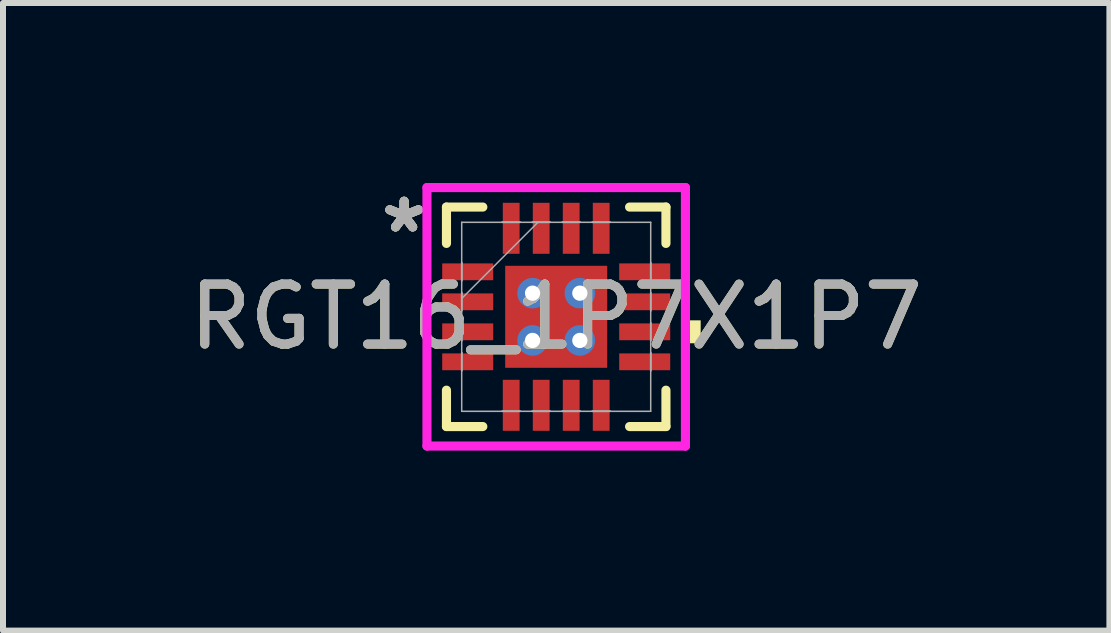
<source format=kicad_pcb>
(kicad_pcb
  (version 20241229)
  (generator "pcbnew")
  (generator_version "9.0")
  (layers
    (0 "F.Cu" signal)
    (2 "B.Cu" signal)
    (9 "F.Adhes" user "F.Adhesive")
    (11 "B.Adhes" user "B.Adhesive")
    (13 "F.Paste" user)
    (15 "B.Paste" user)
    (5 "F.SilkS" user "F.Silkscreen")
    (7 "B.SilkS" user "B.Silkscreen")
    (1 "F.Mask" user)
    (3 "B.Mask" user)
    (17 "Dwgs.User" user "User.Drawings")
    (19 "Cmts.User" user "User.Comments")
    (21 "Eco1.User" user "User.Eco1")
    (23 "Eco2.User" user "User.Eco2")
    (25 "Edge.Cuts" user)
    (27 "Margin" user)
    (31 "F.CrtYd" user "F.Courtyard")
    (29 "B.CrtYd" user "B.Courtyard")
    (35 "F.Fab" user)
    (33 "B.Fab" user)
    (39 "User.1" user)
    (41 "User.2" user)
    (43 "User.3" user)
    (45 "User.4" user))
  (footprint "RGT16_1P7X1P7"
    (layer "F.Cu")
    (at 6.22 2.23)
    (property "Reference" "RGT16_1P7X1P7" (at 0 0 0) (unlocked yes) (layer "F.SilkS") (effects (font (size 1 1) (thickness 0.15))))
    (attr smd)
    (fp_poly (pts (xy -1.97 -0.96) (xy -1.97 -0.54) (xy -0.98 -0.54) (xy -0.98 -0.96)) (stroke (width 0) (type solid)) (fill yes) (layer "F.Mask"))
    (fp_poly (pts (xy -1.97 -0.46) (xy -1.97 -0.04) (xy -0.98 -0.04) (xy -0.98 -0.46)) (stroke (width 0) (type solid)) (fill yes) (layer "F.Mask"))
    (fp_poly (pts (xy -1.97 0.04) (xy -1.97 0.46) (xy -0.98 0.46) (xy -0.98 0.04)) (stroke (width 0) (type solid)) (fill yes) (layer "F.Mask"))
    (fp_poly (pts (xy -1.97 0.54) (xy -1.97 0.96) (xy -0.98 0.96) (xy -0.98 0.54)) (stroke (width 0) (type solid)) (fill yes) (layer "F.Mask"))
    (fp_poly (pts (xy -0.96 -1.97) (xy -0.96 -0.98) (xy -0.541 -0.98) (xy -0.541 -1.97)) (stroke (width 0) (type solid)) (fill yes) (layer "F.Mask"))
    (fp_poly (pts (xy -0.96 0.98) (xy -0.96 1.97) (xy -0.541 1.97) (xy -0.541 0.98)) (stroke (width 0) (type solid)) (fill yes) (layer "F.Mask"))
    (fp_poly (pts (xy -0.913 -0.913) (xy -0.594 -0.913) (xy -0.594 0.913) (xy -0.913 0.913)) (stroke (width 0) (type solid)) (fill yes) (layer "F.Mask"))
    (fp_poly (pts (xy -0.913 -0.913) (xy 0.913 -0.913) (xy 0.913 -0.594) (xy -0.913 -0.594)) (stroke (width 0) (type solid)) (fill yes) (layer "F.Mask"))
    (fp_poly (pts (xy -0.913 -0.194) (xy 0.913 -0.194) (xy 0.913 0.194) (xy -0.913 0.194)) (stroke (width 0) (type solid)) (fill yes) (layer "F.Mask"))
    (fp_poly (pts (xy -0.913 0.594) (xy 0.913 0.594) (xy 0.913 0.913) (xy -0.913 0.913)) (stroke (width 0) (type solid)) (fill yes) (layer "F.Mask"))
    (fp_poly (pts (xy -0.46 -1.97) (xy -0.46 -0.98) (xy -0.04 -0.98) (xy -0.04 -1.97)) (stroke (width 0) (type solid)) (fill yes) (layer "F.Mask"))
    (fp_poly (pts (xy -0.46 0.98) (xy -0.46 1.97) (xy -0.04 1.97) (xy -0.04 0.98)) (stroke (width 0) (type solid)) (fill yes) (layer "F.Mask"))
    (fp_poly (pts (xy 0.04 -1.97) (xy 0.04 -0.98) (xy 0.46 -0.98) (xy 0.46 -1.97)) (stroke (width 0) (type solid)) (fill yes) (layer "F.Mask"))
    (fp_poly (pts (xy 0.04 0.98) (xy 0.04 1.97) (xy 0.46 1.97) (xy 0.46 0.98)) (stroke (width 0) (type solid)) (fill yes) (layer "F.Mask"))
    (fp_poly (pts (xy 0.194 -0.913) (xy -0.194 -0.913) (xy -0.194 0.913) (xy 0.194 0.913)) (stroke (width 0) (type solid)) (fill yes) (layer "F.Mask"))
    (fp_poly (pts (xy 0.541 -1.97) (xy 0.541 -0.98) (xy 0.96 -0.98) (xy 0.96 -1.97)) (stroke (width 0) (type solid)) (fill yes) (layer "F.Mask"))
    (fp_poly (pts (xy 0.541 0.98) (xy 0.541 1.97) (xy 0.96 1.97) (xy 0.96 0.98)) (stroke (width 0) (type solid)) (fill yes) (layer "F.Mask"))
    (fp_poly (pts (xy 0.594 -0.913) (xy 0.913 -0.913) (xy 0.913 0.913) (xy 0.594 0.913)) (stroke (width 0) (type solid)) (fill yes) (layer "F.Mask"))
    (fp_poly (pts (xy 0.98 -0.96) (xy 0.98 -0.54) (xy 1.97 -0.54) (xy 1.97 -0.96)) (stroke (width 0) (type solid)) (fill yes) (layer "F.Mask"))
    (fp_poly (pts (xy 0.98 -0.46) (xy 0.98 -0.04) (xy 1.97 -0.04) (xy 1.97 -0.46)) (stroke (width 0) (type solid)) (fill yes) (layer "F.Mask"))
    (fp_poly (pts (xy 0.98 0.04) (xy 0.98 0.46) (xy 1.97 0.46) (xy 1.97 0.04)) (stroke (width 0) (type solid)) (fill yes) (layer "F.Mask"))
    (fp_poly (pts (xy 0.98 0.54) (xy 0.98 0.96) (xy 1.97 0.96) (xy 1.97 0.54)) (stroke (width 0) (type solid)) (fill yes) (layer "F.Mask"))
    (fp_line (start -1.829 -1.829) (end -1.829 -1.223) (stroke (width 0.152) (type solid)) (layer "F.SilkS"))
    (fp_line (start -1.829 1.223) (end -1.829 1.829) (stroke (width 0.152) (type solid)) (layer "F.SilkS"))
    (fp_line (start -1.829 1.829) (end -1.223 1.829) (stroke (width 0.152) (type solid)) (layer "F.SilkS"))
    (fp_line (start -1.223 -1.829) (end -1.829 -1.829) (stroke (width 0.152) (type solid)) (layer "F.SilkS"))
    (fp_line (start 1.223 1.829) (end 1.829 1.829) (stroke (width 0.152) (type solid)) (layer "F.SilkS"))
    (fp_line (start 1.829 -1.829) (end 1.223 -1.829) (stroke (width 0.152) (type solid)) (layer "F.SilkS"))
    (fp_line (start 1.829 -1.223) (end 1.829 -1.829) (stroke (width 0.152) (type solid)) (layer "F.SilkS"))
    (fp_line (start 1.829 1.829) (end 1.829 1.223) (stroke (width 0.152) (type solid)) (layer "F.SilkS"))
    (fp_poly (pts (xy 2.408 0.059) (xy 2.408 0.441) (xy 2.154 0.441) (xy 2.154 0.059)) (stroke (width 0) (type solid)) (fill yes) (layer "F.SilkS"))
    (fp_poly (pts (xy -1.875 -0.865) (xy -1.875 -0.635) (xy -1.075 -0.635) (xy -1.075 -0.865)) (stroke (width 0) (type solid)) (fill yes) (layer "F.Paste"))
    (fp_poly (pts (xy -1.875 -0.365) (xy -1.875 -0.135) (xy -1.075 -0.135) (xy -1.075 -0.365)) (stroke (width 0) (type solid)) (fill yes) (layer "F.Paste"))
    (fp_poly (pts (xy -1.875 0.135) (xy -1.875 0.365) (xy -1.075 0.365) (xy -1.075 0.135)) (stroke (width 0) (type solid)) (fill yes) (layer "F.Paste"))
    (fp_poly (pts (xy -1.875 0.635) (xy -1.875 0.865) (xy -1.075 0.865) (xy -1.075 0.635)) (stroke (width 0) (type solid)) (fill yes) (layer "F.Paste"))
    (fp_poly (pts (xy -0.865 -1.875) (xy -0.865 -1.075) (xy -0.635 -1.075) (xy -0.635 -1.875)) (stroke (width 0) (type solid)) (fill yes) (layer "F.Paste"))
    (fp_poly (pts (xy -0.865 1.075) (xy -0.865 1.875) (xy -0.635 1.875) (xy -0.635 1.075)) (stroke (width 0) (type solid)) (fill yes) (layer "F.Paste"))
    (fp_poly (pts (xy -0.365 -1.875) (xy -0.365 -1.075) (xy -0.135 -1.075) (xy -0.135 -1.875)) (stroke (width 0) (type solid)) (fill yes) (layer "F.Paste"))
    (fp_poly (pts (xy -0.365 1.075) (xy -0.365 1.875) (xy -0.135 1.875) (xy -0.135 1.075)) (stroke (width 0) (type solid)) (fill yes) (layer "F.Paste"))
    (fp_poly (pts (xy 0.135 -1.875) (xy 0.135 -1.075) (xy 0.365 -1.075) (xy 0.365 -1.875)) (stroke (width 0) (type solid)) (fill yes) (layer "F.Paste"))
    (fp_poly (pts (xy 0.135 1.075) (xy 0.135 1.875) (xy 0.365 1.875) (xy 0.365 1.075)) (stroke (width 0) (type solid)) (fill yes) (layer "F.Paste"))
    (fp_poly (pts (xy 0.635 -1.875) (xy 0.635 -1.075) (xy 0.865 -1.075) (xy 0.865 -1.875)) (stroke (width 0) (type solid)) (fill yes) (layer "F.Paste"))
    (fp_poly (pts (xy 0.635 1.075) (xy 0.635 1.875) (xy 0.865 1.875) (xy 0.865 1.075)) (stroke (width 0) (type solid)) (fill yes) (layer "F.Paste"))
    (fp_poly (pts (xy 1.075 -0.865) (xy 1.075 -0.635) (xy 1.875 -0.635) (xy 1.875 -0.865)) (stroke (width 0) (type solid)) (fill yes) (layer "F.Paste"))
    (fp_poly (pts (xy 1.075 -0.365) (xy 1.075 -0.135) (xy 1.875 -0.135) (xy 1.875 -0.365)) (stroke (width 0) (type solid)) (fill yes) (layer "F.Paste"))
    (fp_poly (pts (xy 1.075 0.135) (xy 1.075 0.365) (xy 1.875 0.365) (xy 1.875 0.135)) (stroke (width 0) (type solid)) (fill yes) (layer "F.Paste"))
    (fp_poly (pts (xy 1.075 0.635) (xy 1.075 0.865) (xy 1.875 0.865) (xy 1.875 0.635)) (stroke (width 0) (type solid)) (fill yes) (layer "F.Paste"))
    (fp_poly (pts (xy -0.775 -0.775) (xy -0.775 -0.494) (xy -0.635 -0.494) (xy -0.494 -0.635) (xy -0.494 -0.775)) (stroke (width 0) (type solid)) (fill yes) (layer "F.Paste"))
    (fp_poly (pts (xy -0.775 0.494) (xy -0.775 0.775) (xy -0.494 0.775) (xy -0.494 0.635) (xy -0.635 0.494)) (stroke (width 0) (type solid)) (fill yes) (layer "F.Paste"))
    (fp_poly (pts (xy 0.494 -0.775) (xy 0.494 -0.635) (xy 0.635 -0.494) (xy 0.775 -0.494) (xy 0.775 -0.775)) (stroke (width 0) (type solid)) (fill yes) (layer "F.Paste"))
    (fp_poly (pts (xy 0.635 0.494) (xy 0.494 0.635) (xy 0.494 0.775) (xy 0.775 0.775) (xy 0.775 0.494)) (stroke (width 0) (type solid)) (fill yes) (layer "F.Paste"))
    (fp_poly (pts (xy -0.775 -0.294) (xy -0.775 0.294) (xy -0.635 0.294) (xy -0.494 0.152) (xy -0.494 -0.152) (xy -0.635 -0.294)) (stroke (width 0) (type solid)) (fill yes) (layer "F.Paste"))
    (fp_poly (pts (xy -0.294 -0.775) (xy -0.294 -0.635) (xy -0.152 -0.494) (xy 0.152 -0.494) (xy 0.294 -0.635) (xy 0.294 -0.775)) (stroke (width 0) (type solid)) (fill yes) (layer "F.Paste"))
    (fp_poly (pts (xy -0.152 0.494) (xy -0.294 0.635) (xy -0.294 0.775) (xy 0.294 0.775) (xy 0.294 0.635) (xy 0.152 0.494)) (stroke (width 0) (type solid)) (fill yes) (layer "F.Paste"))
    (fp_poly (pts (xy 0.635 -0.294) (xy 0.494 -0.152) (xy 0.494 0.152) (xy 0.635 0.294) (xy 0.775 0.294) (xy 0.775 -0.294)) (stroke (width 0) (type solid)) (fill yes) (layer "F.Paste"))
    (fp_poly (pts (xy -0.152 -0.294) (xy -0.294 -0.152) (xy -0.294 0.152) (xy -0.152 0.294) (xy 0.152 0.294) (xy 0.294 0.152) (xy 0.294 -0.152) (xy 0.152 -0.294)) (stroke (width 0) (type solid)) (fill yes) (layer "F.Paste"))
    (fp_line (start -2.154 -2.154) (end 2.154 -2.154) (stroke (width 0.152) (type solid)) (layer "F.CrtYd"))
    (fp_line (start -2.154 2.154) (end -2.154 -2.154) (stroke (width 0.152) (type solid)) (layer "F.CrtYd"))
    (fp_line (start 2.154 -2.154) (end 2.154 2.154) (stroke (width 0.152) (type solid)) (layer "F.CrtYd"))
    (fp_line (start 2.154 2.154) (end -2.154 2.154) (stroke (width 0.152) (type solid)) (layer "F.CrtYd"))
    (fp_line (start -1.575 -1.575) (end -1.575 1.575) (stroke (width 0.025) (type solid)) (layer "F.Fab"))
    (fp_line (start -1.575 -0.9) (end -1.575 -0.9) (stroke (width 0.025) (type solid)) (layer "F.Fab"))
    (fp_line (start -1.575 -0.9) (end -1.575 -0.6) (stroke (width 0.025) (type solid)) (layer "F.Fab"))
    (fp_line (start -1.575 -0.6) (end -1.575 -0.9) (stroke (width 0.025) (type solid)) (layer "F.Fab"))
    (fp_line (start -1.575 -0.6) (end -1.575 -0.6) (stroke (width 0.025) (type solid)) (layer "F.Fab"))
    (fp_line (start -1.575 -0.4) (end -1.575 -0.4) (stroke (width 0.025) (type solid)) (layer "F.Fab"))
    (fp_line (start -1.575 -0.4) (end -1.575 -0.1) (stroke (width 0.025) (type solid)) (layer "F.Fab"))
    (fp_line (start -1.575 -0.305) (end -0.305 -1.575) (stroke (width 0.025) (type solid)) (layer "F.Fab"))
    (fp_line (start -1.575 -0.1) (end -1.575 -0.4) (stroke (width 0.025) (type solid)) (layer "F.Fab"))
    (fp_line (start -1.575 -0.1) (end -1.575 -0.1) (stroke (width 0.025) (type solid)) (layer "F.Fab"))
    (fp_line (start -1.575 0.1) (end -1.575 0.1) (stroke (width 0.025) (type solid)) (layer "F.Fab"))
    (fp_line (start -1.575 0.1) (end -1.575 0.4) (stroke (width 0.025) (type solid)) (layer "F.Fab"))
    (fp_line (start -1.575 0.4) (end -1.575 0.1) (stroke (width 0.025) (type solid)) (layer "F.Fab"))
    (fp_line (start -1.575 0.4) (end -1.575 0.4) (stroke (width 0.025) (type solid)) (layer "F.Fab"))
    (fp_line (start -1.575 0.6) (end -1.575 0.6) (stroke (width 0.025) (type solid)) (layer "F.Fab"))
    (fp_line (start -1.575 0.6) (end -1.575 0.9) (stroke (width 0.025) (type solid)) (layer "F.Fab"))
    (fp_line (start -1.575 0.9) (end -1.575 0.6) (stroke (width 0.025) (type solid)) (layer "F.Fab"))
    (fp_line (start -1.575 0.9) (end -1.575 0.9) (stroke (width 0.025) (type solid)) (layer "F.Fab"))
    (fp_line (start -1.575 1.575) (end 1.575 1.575) (stroke (width 0.025) (type solid)) (layer "F.Fab"))
    (fp_line (start -0.9 -1.575) (end -0.9 -1.575) (stroke (width 0.025) (type solid)) (layer "F.Fab"))
    (fp_line (start -0.9 -1.575) (end -0.6 -1.575) (stroke (width 0.025) (type solid)) (layer "F.Fab"))
    (fp_line (start -0.9 1.575) (end -0.9 1.575) (stroke (width 0.025) (type solid)) (layer "F.Fab"))
    (fp_line (start -0.9 1.575) (end -0.6 1.575) (stroke (width 0.025) (type solid)) (layer "F.Fab"))
    (fp_line (start -0.6 -1.575) (end -0.9 -1.575) (stroke (width 0.025) (type solid)) (layer "F.Fab"))
    (fp_line (start -0.6 -1.575) (end -0.6 -1.575) (stroke (width 0.025) (type solid)) (layer "F.Fab"))
    (fp_line (start -0.6 1.575) (end -0.9 1.575) (stroke (width 0.025) (type solid)) (layer "F.Fab"))
    (fp_line (start -0.6 1.575) (end -0.6 1.575) (stroke (width 0.025) (type solid)) (layer "F.Fab"))
    (fp_line (start -0.4 -1.575) (end -0.4 -1.575) (stroke (width 0.025) (type solid)) (layer "F.Fab"))
    (fp_line (start -0.4 -1.575) (end -0.1 -1.575) (stroke (width 0.025) (type solid)) (layer "F.Fab"))
    (fp_line (start -0.4 1.575) (end -0.4 1.575) (stroke (width 0.025) (type solid)) (layer "F.Fab"))
    (fp_line (start -0.4 1.575) (end -0.1 1.575) (stroke (width 0.025) (type solid)) (layer "F.Fab"))
    (fp_line (start -0.1 -1.575) (end -0.4 -1.575) (stroke (width 0.025) (type solid)) (layer "F.Fab"))
    (fp_line (start -0.1 -1.575) (end -0.1 -1.575) (stroke (width 0.025) (type solid)) (layer "F.Fab"))
    (fp_line (start -0.1 1.575) (end -0.4 1.575) (stroke (width 0.025) (type solid)) (layer "F.Fab"))
    (fp_line (start -0.1 1.575) (end -0.1 1.575) (stroke (width 0.025) (type solid)) (layer "F.Fab"))
    (fp_line (start 0.1 -1.575) (end 0.1 -1.575) (stroke (width 0.025) (type solid)) (layer "F.Fab"))
    (fp_line (start 0.1 -1.575) (end 0.4 -1.575) (stroke (width 0.025) (type solid)) (layer "F.Fab"))
    (fp_line (start 0.1 1.575) (end 0.1 1.575) (stroke (width 0.025) (type solid)) (layer "F.Fab"))
    (fp_line (start 0.1 1.575) (end 0.4 1.575) (stroke (width 0.025) (type solid)) (layer "F.Fab"))
    (fp_line (start 0.4 -1.575) (end 0.1 -1.575) (stroke (width 0.025) (type solid)) (layer "F.Fab"))
    (fp_line (start 0.4 -1.575) (end 0.4 -1.575) (stroke (width 0.025) (type solid)) (layer "F.Fab"))
    (fp_line (start 0.4 1.575) (end 0.1 1.575) (stroke (width 0.025) (type solid)) (layer "F.Fab"))
    (fp_line (start 0.4 1.575) (end 0.4 1.575) (stroke (width 0.025) (type solid)) (layer "F.Fab"))
    (fp_line (start 0.6 -1.575) (end 0.6 -1.575) (stroke (width 0.025) (type solid)) (layer "F.Fab"))
    (fp_line (start 0.6 -1.575) (end 0.9 -1.575) (stroke (width 0.025) (type solid)) (layer "F.Fab"))
    (fp_line (start 0.6 1.575) (end 0.6 1.575) (stroke (width 0.025) (type solid)) (layer "F.Fab"))
    (fp_line (start 0.6 1.575) (end 0.9 1.575) (stroke (width 0.025) (type solid)) (layer "F.Fab"))
    (fp_line (start 0.9 -1.575) (end 0.6 -1.575) (stroke (width 0.025) (type solid)) (layer "F.Fab"))
    (fp_line (start 0.9 -1.575) (end 0.9 -1.575) (stroke (width 0.025) (type solid)) (layer "F.Fab"))
    (fp_line (start 0.9 1.575) (end 0.6 1.575) (stroke (width 0.025) (type solid)) (layer "F.Fab"))
    (fp_line (start 0.9 1.575) (end 0.9 1.575) (stroke (width 0.025) (type solid)) (layer "F.Fab"))
    (fp_line (start 1.575 -1.575) (end -1.575 -1.575) (stroke (width 0.025) (type solid)) (layer "F.Fab"))
    (fp_line (start 1.575 -0.9) (end 1.575 -0.9) (stroke (width 0.025) (type solid)) (layer "F.Fab"))
    (fp_line (start 1.575 -0.9) (end 1.575 -0.6) (stroke (width 0.025) (type solid)) (layer "F.Fab"))
    (fp_line (start 1.575 -0.6) (end 1.575 -0.9) (stroke (width 0.025) (type solid)) (layer "F.Fab"))
    (fp_line (start 1.575 -0.6) (end 1.575 -0.6) (stroke (width 0.025) (type solid)) (layer "F.Fab"))
    (fp_line (start 1.575 -0.4) (end 1.575 -0.4) (stroke (width 0.025) (type solid)) (layer "F.Fab"))
    (fp_line (start 1.575 -0.4) (end 1.575 -0.1) (stroke (width 0.025) (type solid)) (layer "F.Fab"))
    (fp_line (start 1.575 -0.1) (end 1.575 -0.4) (stroke (width 0.025) (type solid)) (layer "F.Fab"))
    (fp_line (start 1.575 -0.1) (end 1.575 -0.1) (stroke (width 0.025) (type solid)) (layer "F.Fab"))
    (fp_line (start 1.575 0.1) (end 1.575 0.1) (stroke (width 0.025) (type solid)) (layer "F.Fab"))
    (fp_line (start 1.575 0.1) (end 1.575 0.4) (stroke (width 0.025) (type solid)) (layer "F.Fab"))
    (fp_line (start 1.575 0.4) (end 1.575 0.1) (stroke (width 0.025) (type solid)) (layer "F.Fab"))
    (fp_line (start 1.575 0.4) (end 1.575 0.4) (stroke (width 0.025) (type solid)) (layer "F.Fab"))
    (fp_line (start 1.575 0.6) (end 1.575 0.6) (stroke (width 0.025) (type solid)) (layer "F.Fab"))
    (fp_line (start 1.575 0.6) (end 1.575 0.9) (stroke (width 0.025) (type solid)) (layer "F.Fab"))
    (fp_line (start 1.575 0.9) (end 1.575 0.6) (stroke (width 0.025) (type solid)) (layer "F.Fab"))
    (fp_line (start 1.575 0.9) (end 1.575 0.9) (stroke (width 0.025) (type solid)) (layer "F.Fab"))
    (fp_line (start 1.575 1.575) (end 1.575 -1.575) (stroke (width 0.025) (type solid)) (layer "F.Fab"))
    (fp_text user "*" (at -2.535 -1.381 0) (unlocked yes) (layer "F.SilkS") (effects (font (size 1 1) (thickness 0.15))))
    (fp_text user "*" (at -2.535 -1.381 0) (layer "F.SilkS") (effects (font (size 1 1) (thickness 0.15))))
    (fp_text user "*" (at -2.535 -1.381 0) (layer "F.Fab") (effects (font (size 1 1) (thickness 0.15))))
    (fp_text user "*" (at -2.535 -1.381 0) (unlocked yes) (layer "F.Fab") (effects (font (size 1 1) (thickness 0.15))))
    (fp_text user "${REFERENCE}" (at 0 0 0) (unlocked yes) (layer "F.Fab") (effects (font (size 1 1) (thickness 0.15))))
    (pad "1" smd rect (at -1.475 -0.75 90) (size 0.28 0.85) (layers "F.Cu" "F.Mask"))
    (pad "2" smd rect (at -1.475 -0.25 90) (size 0.28 0.85) (layers "F.Cu" "F.Mask"))
    (pad "3" smd rect (at -1.475 0.25 90) (size 0.28 0.85) (layers "F.Cu" "F.Mask"))
    (pad "4" smd rect (at -1.475 0.75 90) (size 0.28 0.85) (layers "F.Cu" "F.Mask"))
    (pad "5" smd rect (at -0.75 1.475) (size 0.28 0.85) (layers "F.Cu" "F.Mask"))
    (pad "6" smd rect (at -0.25 1.475) (size 0.28 0.85) (layers "F.Cu" "F.Mask"))
    (pad "7" smd rect (at 0.25 1.475) (size 0.28 0.85) (layers "F.Cu" "F.Mask"))
    (pad "8" smd rect (at 0.75 1.475) (size 0.28 0.85) (layers "F.Cu" "F.Mask"))
    (pad "9" smd rect (at 1.475 0.75 90) (size 0.28 0.85) (layers "F.Cu" "F.Mask"))
    (pad "10" smd rect (at 1.475 0.25 90) (size 0.28 0.85) (layers "F.Cu" "F.Mask"))
    (pad "11" smd rect (at 1.475 -0.25 90) (size 0.28 0.85) (layers "F.Cu" "F.Mask"))
    (pad "12" smd rect (at 1.475 -0.75 90) (size 0.28 0.85) (layers "F.Cu" "F.Mask"))
    (pad "13" smd rect (at 0.75 -1.475) (size 0.28 0.85) (layers "F.Cu" "F.Mask"))
    (pad "14" smd rect (at 0.25 -1.475) (size 0.28 0.85) (layers "F.Cu" "F.Mask"))
    (pad "15" smd rect (at -0.25 -1.475) (size 0.28 0.85) (layers "F.Cu" "F.Mask"))
    (pad "16" smd rect (at -0.75 -1.475) (size 0.28 0.85) (layers "F.Cu" "F.Mask"))
    (pad "17" smd rect (at 0 0) (size 1.7 1.7) (layers "F.Cu"))
    (pad "V" thru_hole circle (at -0.394 -0.394) (size 0.508 0.508) (drill 0.254) (layers "*.Cu" "*.Mask"))
    (pad "V" thru_hole circle (at -0.394 0.394) (size 0.508 0.508) (drill 0.254) (layers "*.Cu" "*.Mask"))
    (pad "V" thru_hole circle (at 0.394 -0.394) (size 0.508 0.508) (drill 0.254) (layers "*.Cu" "*.Mask"))
    (pad "V" thru_hole circle (at 0.394 0.394) (size 0.508 0.508) (drill 0.254) (layers "*.Cu" "*.Mask")))
  (gr_rect
    (start -3 -3)
    (end 15.44 7.46)
    (stroke (width 0.1) (type default))
    (fill no)
    (layer "Edge.Cuts")))
</source>
